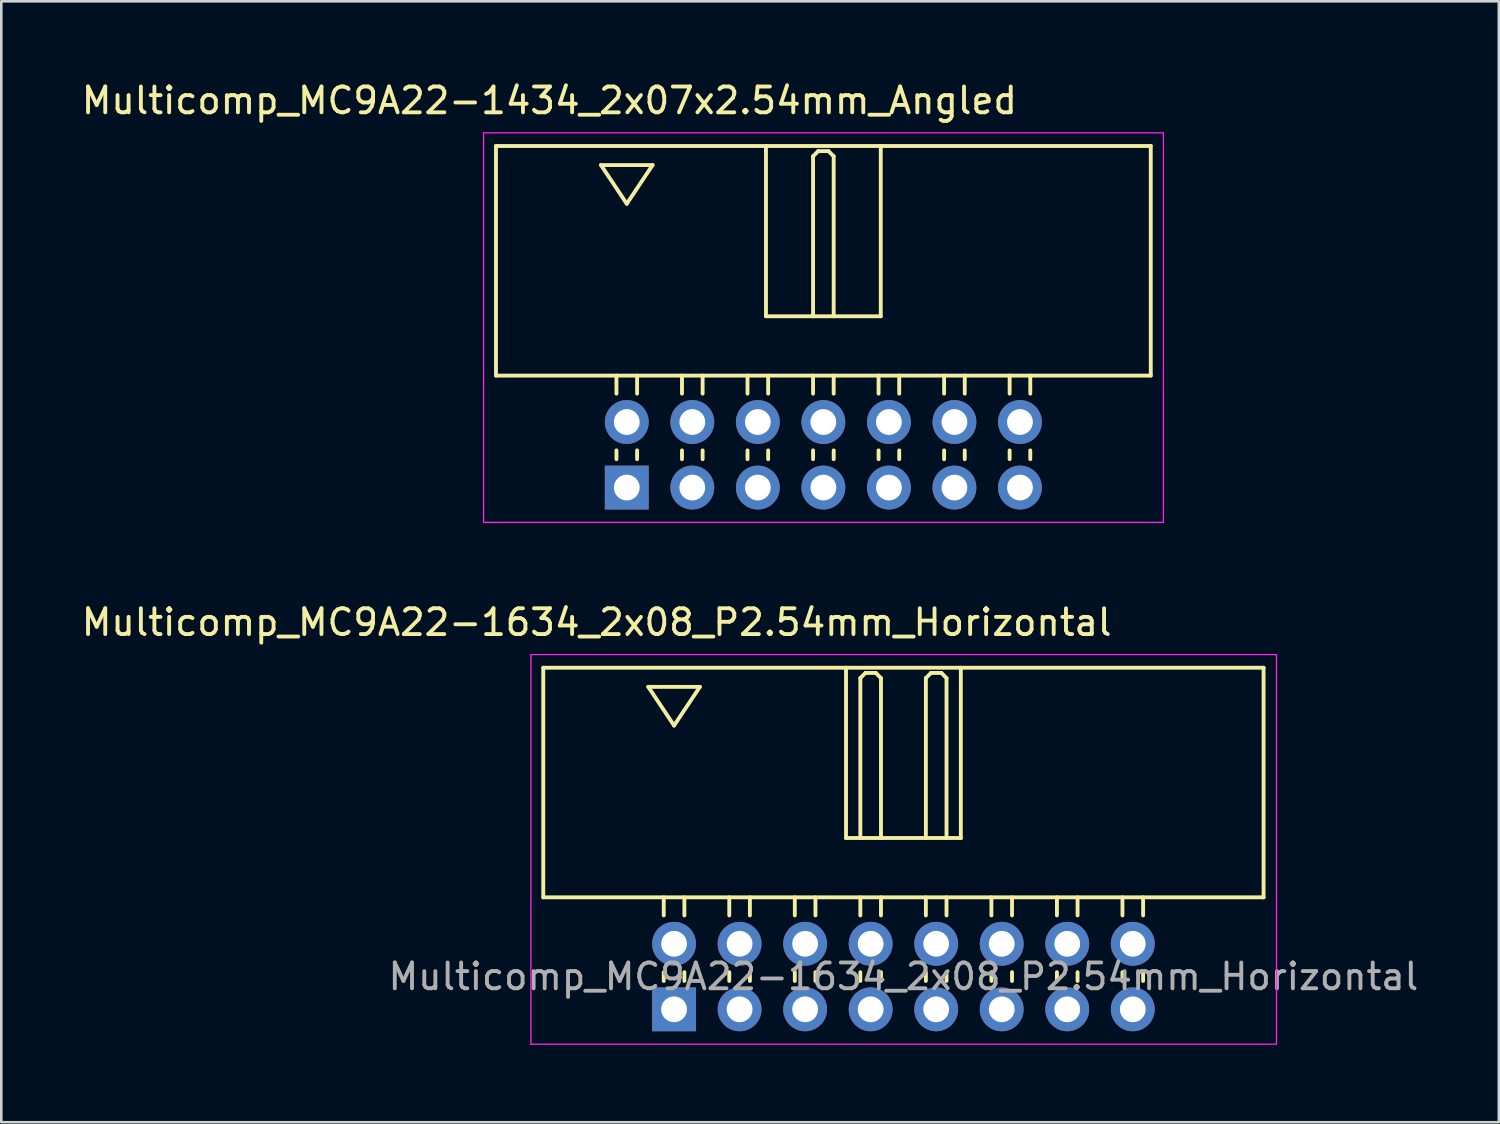
<source format=kicad_pcb>
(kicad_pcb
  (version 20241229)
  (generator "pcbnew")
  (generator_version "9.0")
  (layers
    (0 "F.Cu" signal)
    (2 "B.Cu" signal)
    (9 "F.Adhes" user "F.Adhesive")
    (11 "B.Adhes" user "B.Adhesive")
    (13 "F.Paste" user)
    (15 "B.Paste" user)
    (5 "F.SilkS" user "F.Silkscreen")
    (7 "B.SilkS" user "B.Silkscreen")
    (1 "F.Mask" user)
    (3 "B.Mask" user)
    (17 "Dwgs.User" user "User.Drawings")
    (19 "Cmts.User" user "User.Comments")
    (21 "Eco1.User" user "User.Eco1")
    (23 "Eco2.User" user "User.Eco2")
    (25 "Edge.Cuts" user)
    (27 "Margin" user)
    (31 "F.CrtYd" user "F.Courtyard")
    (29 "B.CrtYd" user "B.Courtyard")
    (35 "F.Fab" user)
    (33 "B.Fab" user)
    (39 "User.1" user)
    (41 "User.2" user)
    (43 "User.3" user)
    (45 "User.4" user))
  (footprint "Multicomp_MC9A22-1634_2x08_P2.54mm_Horizontal"
    (layer "F.Cu")
    (at 23.077 36.072)
    (property "Reference" "Multicomp_MC9A22-1634_2x08_P2.54mm_Horizontal" (at -3 -15 0) (layer "F.SilkS") (effects (font (size 1 1) (thickness 0.15))))
    (attr through_hole)
    (fp_line (start -5.07 -13.24) (end 22.85 -13.24) (stroke (width 0.15) (type solid)) (layer "F.SilkS"))
    (fp_line (start -5.07 -4.34) (end -5.07 -13.24) (stroke (width 0.15) (type solid)) (layer "F.SilkS"))
    (fp_line (start -1 -12.5) (end 1 -12.5) (stroke (width 0.15) (type solid)) (layer "F.SilkS"))
    (fp_line (start -0.4 -3.64) (end -0.4 -4.34) (stroke (width 0.15) (type solid)) (layer "F.SilkS"))
    (fp_line (start -0.4 -1.1) (end -0.4 -1.44) (stroke (width 0.15) (type solid)) (layer "F.SilkS"))
    (fp_line (start 0 -11) (end -1 -12.5) (stroke (width 0.15) (type solid)) (layer "F.SilkS"))
    (fp_line (start 0.4 -3.64) (end 0.4 -4.34) (stroke (width 0.15) (type solid)) (layer "F.SilkS"))
    (fp_line (start 0.4 -1.1) (end 0.4 -1.44) (stroke (width 0.15) (type solid)) (layer "F.SilkS"))
    (fp_line (start 1 -12.5) (end 0 -11) (stroke (width 0.15) (type solid)) (layer "F.SilkS"))
    (fp_line (start 2.14 -3.64) (end 2.14 -4.34) (stroke (width 0.15) (type solid)) (layer "F.SilkS"))
    (fp_line (start 2.14 -1.1) (end 2.14 -1.44) (stroke (width 0.15) (type solid)) (layer "F.SilkS"))
    (fp_line (start 2.94 -3.64) (end 2.94 -4.34) (stroke (width 0.15) (type solid)) (layer "F.SilkS"))
    (fp_line (start 2.94 -1.1) (end 2.94 -1.44) (stroke (width 0.15) (type solid)) (layer "F.SilkS"))
    (fp_line (start 4.68 -3.64) (end 4.68 -4.34) (stroke (width 0.15) (type solid)) (layer "F.SilkS"))
    (fp_line (start 4.68 -1.1) (end 4.68 -1.44) (stroke (width 0.15) (type solid)) (layer "F.SilkS"))
    (fp_line (start 5.48 -3.64) (end 5.48 -4.34) (stroke (width 0.15) (type solid)) (layer "F.SilkS"))
    (fp_line (start 5.48 -1.1) (end 5.48 -1.44) (stroke (width 0.15) (type solid)) (layer "F.SilkS"))
    (fp_line (start 6.665 -13.24) (end 6.665 -6.64) (stroke (width 0.15) (type solid)) (layer "F.SilkS"))
    (fp_line (start 6.665 -6.64) (end 11.115 -6.64) (stroke (width 0.15) (type solid)) (layer "F.SilkS"))
    (fp_line (start 7.22 -12.84) (end 7.42 -13.04) (stroke (width 0.15) (type solid)) (layer "F.SilkS"))
    (fp_line (start 7.22 -6.64) (end 7.22 -12.84) (stroke (width 0.15) (type solid)) (layer "F.SilkS"))
    (fp_line (start 7.22 -3.64) (end 7.22 -4.34) (stroke (width 0.15) (type solid)) (layer "F.SilkS"))
    (fp_line (start 7.22 -1.1) (end 7.22 -1.44) (stroke (width 0.15) (type solid)) (layer "F.SilkS"))
    (fp_line (start 7.42 -13.04) (end 7.82 -13.04) (stroke (width 0.15) (type solid)) (layer "F.SilkS"))
    (fp_line (start 7.82 -13.04) (end 8.02 -12.84) (stroke (width 0.15) (type solid)) (layer "F.SilkS"))
    (fp_line (start 8.02 -12.84) (end 8.02 -6.64) (stroke (width 0.15) (type solid)) (layer "F.SilkS"))
    (fp_line (start 8.02 -3.64) (end 8.02 -4.34) (stroke (width 0.15) (type solid)) (layer "F.SilkS"))
    (fp_line (start 8.02 -1.1) (end 8.02 -1.44) (stroke (width 0.15) (type solid)) (layer "F.SilkS"))
    (fp_line (start 9.76 -12.84) (end 9.96 -13.04) (stroke (width 0.15) (type solid)) (layer "F.SilkS"))
    (fp_line (start 9.76 -6.64) (end 9.76 -12.84) (stroke (width 0.15) (type solid)) (layer "F.SilkS"))
    (fp_line (start 9.76 -3.64) (end 9.76 -4.34) (stroke (width 0.15) (type solid)) (layer "F.SilkS"))
    (fp_line (start 9.76 -1.1) (end 9.76 -1.44) (stroke (width 0.15) (type solid)) (layer "F.SilkS"))
    (fp_line (start 9.96 -13.04) (end 10.36 -13.04) (stroke (width 0.15) (type solid)) (layer "F.SilkS"))
    (fp_line (start 10.36 -13.04) (end 10.56 -12.84) (stroke (width 0.15) (type solid)) (layer "F.SilkS"))
    (fp_line (start 10.56 -12.84) (end 10.56 -6.64) (stroke (width 0.15) (type solid)) (layer "F.SilkS"))
    (fp_line (start 10.56 -3.64) (end 10.56 -4.34) (stroke (width 0.15) (type solid)) (layer "F.SilkS"))
    (fp_line (start 10.56 -1.1) (end 10.56 -1.44) (stroke (width 0.15) (type solid)) (layer "F.SilkS"))
    (fp_line (start 11.115 -6.64) (end 11.115 -13.24) (stroke (width 0.15) (type solid)) (layer "F.SilkS"))
    (fp_line (start 12.3 -3.64) (end 12.3 -4.34) (stroke (width 0.15) (type solid)) (layer "F.SilkS"))
    (fp_line (start 12.3 -1.1) (end 12.3 -1.44) (stroke (width 0.15) (type solid)) (layer "F.SilkS"))
    (fp_line (start 13.1 -3.64) (end 13.1 -4.34) (stroke (width 0.15) (type solid)) (layer "F.SilkS"))
    (fp_line (start 13.1 -1.1) (end 13.1 -1.44) (stroke (width 0.15) (type solid)) (layer "F.SilkS"))
    (fp_line (start 14.84 -3.64) (end 14.84 -4.34) (stroke (width 0.15) (type solid)) (layer "F.SilkS"))
    (fp_line (start 14.84 -1.1) (end 14.84 -1.44) (stroke (width 0.15) (type solid)) (layer "F.SilkS"))
    (fp_line (start 15.64 -3.64) (end 15.64 -4.34) (stroke (width 0.15) (type solid)) (layer "F.SilkS"))
    (fp_line (start 15.64 -1.1) (end 15.64 -1.44) (stroke (width 0.15) (type solid)) (layer "F.SilkS"))
    (fp_line (start 17.38 -3.64) (end 17.38 -4.34) (stroke (width 0.15) (type solid)) (layer "F.SilkS"))
    (fp_line (start 17.38 -1.1) (end 17.38 -1.44) (stroke (width 0.15) (type solid)) (layer "F.SilkS"))
    (fp_line (start 18.18 -3.64) (end 18.18 -4.34) (stroke (width 0.15) (type solid)) (layer "F.SilkS"))
    (fp_line (start 18.18 -1.1) (end 18.18 -1.44) (stroke (width 0.15) (type solid)) (layer "F.SilkS"))
    (fp_line (start 22.85 -13.24) (end 22.85 -4.34) (stroke (width 0.15) (type solid)) (layer "F.SilkS"))
    (fp_line (start 22.85 -4.34) (end -5.07 -4.34) (stroke (width 0.15) (type solid)) (layer "F.SilkS"))
    (fp_line (start -5.55 -13.75) (end 23.35 -13.75) (stroke (width 0.05) (type solid)) (layer "F.CrtYd"))
    (fp_line (start -5.55 1.35) (end -5.55 -13.75) (stroke (width 0.05) (type solid)) (layer "F.CrtYd"))
    (fp_line (start 23.35 -13.75) (end 23.35 1.35) (stroke (width 0.05) (type solid)) (layer "F.CrtYd"))
    (fp_line (start 23.35 1.35) (end -5.55 1.35) (stroke (width 0.05) (type solid)) (layer "F.CrtYd"))
    (fp_text user "${REFERENCE}" (at 8.89 -1.27 0) (layer "F.Fab") (effects (font (size 1 1) (thickness 0.15))))
    (pad "1" thru_hole rect (at 0 0) (size 1.7 1.7) (drill 1) (layers "*.Cu" "*.Mask"))
    (pad "2" thru_hole circle (at 0 -2.54) (size 1.7 1.7) (drill 1) (layers "*.Cu" "*.Mask"))
    (pad "3" thru_hole circle (at 2.54 0) (size 1.7 1.7) (drill 1) (layers "*.Cu" "*.Mask"))
    (pad "4" thru_hole circle (at 2.54 -2.54) (size 1.7 1.7) (drill 1) (layers "*.Cu" "*.Mask"))
    (pad "5" thru_hole circle (at 5.08 0) (size 1.7 1.7) (drill 1) (layers "*.Cu" "*.Mask"))
    (pad "6" thru_hole circle (at 5.08 -2.54) (size 1.7 1.7) (drill 1) (layers "*.Cu" "*.Mask"))
    (pad "7" thru_hole circle (at 7.62 0) (size 1.7 1.7) (drill 1) (layers "*.Cu" "*.Mask"))
    (pad "8" thru_hole circle (at 7.62 -2.54) (size 1.7 1.7) (drill 1) (layers "*.Cu" "*.Mask"))
    (pad "9" thru_hole circle (at 10.16 0) (size 1.7 1.7) (drill 1) (layers "*.Cu" "*.Mask"))
    (pad "10" thru_hole circle (at 10.16 -2.54) (size 1.7 1.7) (drill 1) (layers "*.Cu" "*.Mask"))
    (pad "11" thru_hole circle (at 12.7 0) (size 1.7 1.7) (drill 1) (layers "*.Cu" "*.Mask"))
    (pad "12" thru_hole circle (at 12.7 -2.54) (size 1.7 1.7) (drill 1) (layers "*.Cu" "*.Mask"))
    (pad "13" thru_hole circle (at 15.24 0) (size 1.7 1.7) (drill 1) (layers "*.Cu" "*.Mask"))
    (pad "14" thru_hole circle (at 15.24 -2.54) (size 1.7 1.7) (drill 1) (layers "*.Cu" "*.Mask"))
    (pad "15" thru_hole circle (at 17.78 0) (size 1.7 1.7) (drill 1) (layers "*.Cu" "*.Mask"))
    (pad "16" thru_hole circle (at 17.78 -2.54) (size 1.7 1.7) (drill 1) (layers "*.Cu" "*.Mask")))
  (footprint "Multicomp_MC9A22-1434_2x07x2.54mm_Angled"
    (layer "F.Cu")
    (at 21.244 15.848)
    (property "Reference" "Multicomp_MC9A22-1434_2x07x2.54mm_Angled" (at -3 -15 0) (layer "F.SilkS") (effects (font (size 1 1) (thickness 0.15))))
    (attr through_hole)
    (fp_line (start -5.07 -13.24) (end 20.31 -13.24) (stroke (width 0.15) (type solid)) (layer "F.SilkS"))
    (fp_line (start -5.07 -4.34) (end -5.07 -13.24) (stroke (width 0.15) (type solid)) (layer "F.SilkS"))
    (fp_line (start -1 -12.5) (end 1 -12.5) (stroke (width 0.15) (type solid)) (layer "F.SilkS"))
    (fp_line (start -0.4 -3.64) (end -0.4 -4.34) (stroke (width 0.15) (type solid)) (layer "F.SilkS"))
    (fp_line (start -0.4 -1.1) (end -0.4 -1.44) (stroke (width 0.15) (type solid)) (layer "F.SilkS"))
    (fp_line (start 0 -11) (end -1 -12.5) (stroke (width 0.15) (type solid)) (layer "F.SilkS"))
    (fp_line (start 0.4 -3.64) (end 0.4 -4.34) (stroke (width 0.15) (type solid)) (layer "F.SilkS"))
    (fp_line (start 0.4 -1.1) (end 0.4 -1.44) (stroke (width 0.15) (type solid)) (layer "F.SilkS"))
    (fp_line (start 1 -12.5) (end 0 -11) (stroke (width 0.15) (type solid)) (layer "F.SilkS"))
    (fp_line (start 2.14 -3.64) (end 2.14 -4.34) (stroke (width 0.15) (type solid)) (layer "F.SilkS"))
    (fp_line (start 2.14 -1.1) (end 2.14 -1.44) (stroke (width 0.15) (type solid)) (layer "F.SilkS"))
    (fp_line (start 2.94 -3.64) (end 2.94 -4.34) (stroke (width 0.15) (type solid)) (layer "F.SilkS"))
    (fp_line (start 2.94 -1.1) (end 2.94 -1.44) (stroke (width 0.15) (type solid)) (layer "F.SilkS"))
    (fp_line (start 4.68 -3.64) (end 4.68 -4.34) (stroke (width 0.15) (type solid)) (layer "F.SilkS"))
    (fp_line (start 4.68 -1.1) (end 4.68 -1.44) (stroke (width 0.15) (type solid)) (layer "F.SilkS"))
    (fp_line (start 5.395 -13.24) (end 5.395 -6.64) (stroke (width 0.15) (type solid)) (layer "F.SilkS"))
    (fp_line (start 5.395 -6.64) (end 9.845 -6.64) (stroke (width 0.15) (type solid)) (layer "F.SilkS"))
    (fp_line (start 5.48 -3.64) (end 5.48 -4.34) (stroke (width 0.15) (type solid)) (layer "F.SilkS"))
    (fp_line (start 5.48 -1.1) (end 5.48 -1.44) (stroke (width 0.15) (type solid)) (layer "F.SilkS"))
    (fp_line (start 7.22 -12.84) (end 7.42 -13.04) (stroke (width 0.15) (type solid)) (layer "F.SilkS"))
    (fp_line (start 7.22 -6.64) (end 7.22 -12.84) (stroke (width 0.15) (type solid)) (layer "F.SilkS"))
    (fp_line (start 7.22 -3.64) (end 7.22 -4.34) (stroke (width 0.15) (type solid)) (layer "F.SilkS"))
    (fp_line (start 7.22 -1.1) (end 7.22 -1.44) (stroke (width 0.15) (type solid)) (layer "F.SilkS"))
    (fp_line (start 7.42 -13.04) (end 7.82 -13.04) (stroke (width 0.15) (type solid)) (layer "F.SilkS"))
    (fp_line (start 7.82 -13.04) (end 8.02 -12.84) (stroke (width 0.15) (type solid)) (layer "F.SilkS"))
    (fp_line (start 8.02 -12.84) (end 8.02 -6.64) (stroke (width 0.15) (type solid)) (layer "F.SilkS"))
    (fp_line (start 8.02 -3.64) (end 8.02 -4.34) (stroke (width 0.15) (type solid)) (layer "F.SilkS"))
    (fp_line (start 8.02 -1.1) (end 8.02 -1.44) (stroke (width 0.15) (type solid)) (layer "F.SilkS"))
    (fp_line (start 9.76 -3.64) (end 9.76 -4.34) (stroke (width 0.15) (type solid)) (layer "F.SilkS"))
    (fp_line (start 9.76 -1.1) (end 9.76 -1.44) (stroke (width 0.15) (type solid)) (layer "F.SilkS"))
    (fp_line (start 9.845 -6.64) (end 9.845 -13.24) (stroke (width 0.15) (type solid)) (layer "F.SilkS"))
    (fp_line (start 10.56 -3.64) (end 10.56 -4.34) (stroke (width 0.15) (type solid)) (layer "F.SilkS"))
    (fp_line (start 10.56 -1.1) (end 10.56 -1.44) (stroke (width 0.15) (type solid)) (layer "F.SilkS"))
    (fp_line (start 12.3 -3.64) (end 12.3 -4.34) (stroke (width 0.15) (type solid)) (layer "F.SilkS"))
    (fp_line (start 12.3 -1.1) (end 12.3 -1.44) (stroke (width 0.15) (type solid)) (layer "F.SilkS"))
    (fp_line (start 13.1 -3.64) (end 13.1 -4.34) (stroke (width 0.15) (type solid)) (layer "F.SilkS"))
    (fp_line (start 13.1 -1.1) (end 13.1 -1.44) (stroke (width 0.15) (type solid)) (layer "F.SilkS"))
    (fp_line (start 14.84 -3.64) (end 14.84 -4.34) (stroke (width 0.15) (type solid)) (layer "F.SilkS"))
    (fp_line (start 14.84 -1.1) (end 14.84 -1.44) (stroke (width 0.15) (type solid)) (layer "F.SilkS"))
    (fp_line (start 15.64 -3.64) (end 15.64 -4.34) (stroke (width 0.15) (type solid)) (layer "F.SilkS"))
    (fp_line (start 15.64 -1.1) (end 15.64 -1.44) (stroke (width 0.15) (type solid)) (layer "F.SilkS"))
    (fp_line (start 20.31 -13.24) (end 20.31 -4.34) (stroke (width 0.15) (type solid)) (layer "F.SilkS"))
    (fp_line (start 20.31 -4.34) (end -5.07 -4.34) (stroke (width 0.15) (type solid)) (layer "F.SilkS"))
    (fp_line (start -5.55 -13.75) (end 20.8 -13.75) (stroke (width 0.05) (type solid)) (layer "F.CrtYd"))
    (fp_line (start -5.55 1.35) (end -5.55 -13.75) (stroke (width 0.05) (type solid)) (layer "F.CrtYd"))
    (fp_line (start 20.8 -13.75) (end 20.8 1.35) (stroke (width 0.05) (type solid)) (layer "F.CrtYd"))
    (fp_line (start 20.8 1.35) (end -5.55 1.35) (stroke (width 0.05) (type solid)) (layer "F.CrtYd"))
    (pad "1" thru_hole rect (at 0 0) (size 1.7 1.7) (drill 1) (layers "*.Cu" "*.Mask"))
    (pad "2" thru_hole circle (at 0 -2.54) (size 1.7 1.7) (drill 1) (layers "*.Cu" "*.Mask"))
    (pad "3" thru_hole circle (at 2.54 0) (size 1.7 1.7) (drill 1) (layers "*.Cu" "*.Mask"))
    (pad "4" thru_hole circle (at 2.54 -2.54) (size 1.7 1.7) (drill 1) (layers "*.Cu" "*.Mask"))
    (pad "5" thru_hole circle (at 5.08 0) (size 1.7 1.7) (drill 1) (layers "*.Cu" "*.Mask"))
    (pad "6" thru_hole circle (at 5.08 -2.54) (size 1.7 1.7) (drill 1) (layers "*.Cu" "*.Mask"))
    (pad "7" thru_hole circle (at 7.62 0) (size 1.7 1.7) (drill 1) (layers "*.Cu" "*.Mask"))
    (pad "8" thru_hole circle (at 7.62 -2.54) (size 1.7 1.7) (drill 1) (layers "*.Cu" "*.Mask"))
    (pad "9" thru_hole circle (at 10.16 0) (size 1.7 1.7) (drill 1) (layers "*.Cu" "*.Mask"))
    (pad "10" thru_hole circle (at 10.16 -2.54) (size 1.7 1.7) (drill 1) (layers "*.Cu" "*.Mask"))
    (pad "11" thru_hole circle (at 12.7 0) (size 1.7 1.7) (drill 1) (layers "*.Cu" "*.Mask"))
    (pad "12" thru_hole circle (at 12.7 -2.54) (size 1.7 1.7) (drill 1) (layers "*.Cu" "*.Mask"))
    (pad "13" thru_hole circle (at 15.24 0) (size 1.7 1.7) (drill 1) (layers "*.Cu" "*.Mask"))
    (pad "14" thru_hole circle (at 15.24 -2.54) (size 1.7 1.7) (drill 1) (layers "*.Cu" "*.Mask")))
  (gr_rect
    (start -3 -3)
    (end 55.045 40.447)
    (stroke (width 0.1) (type default))
    (fill no)
    (layer "Edge.Cuts")))
</source>
